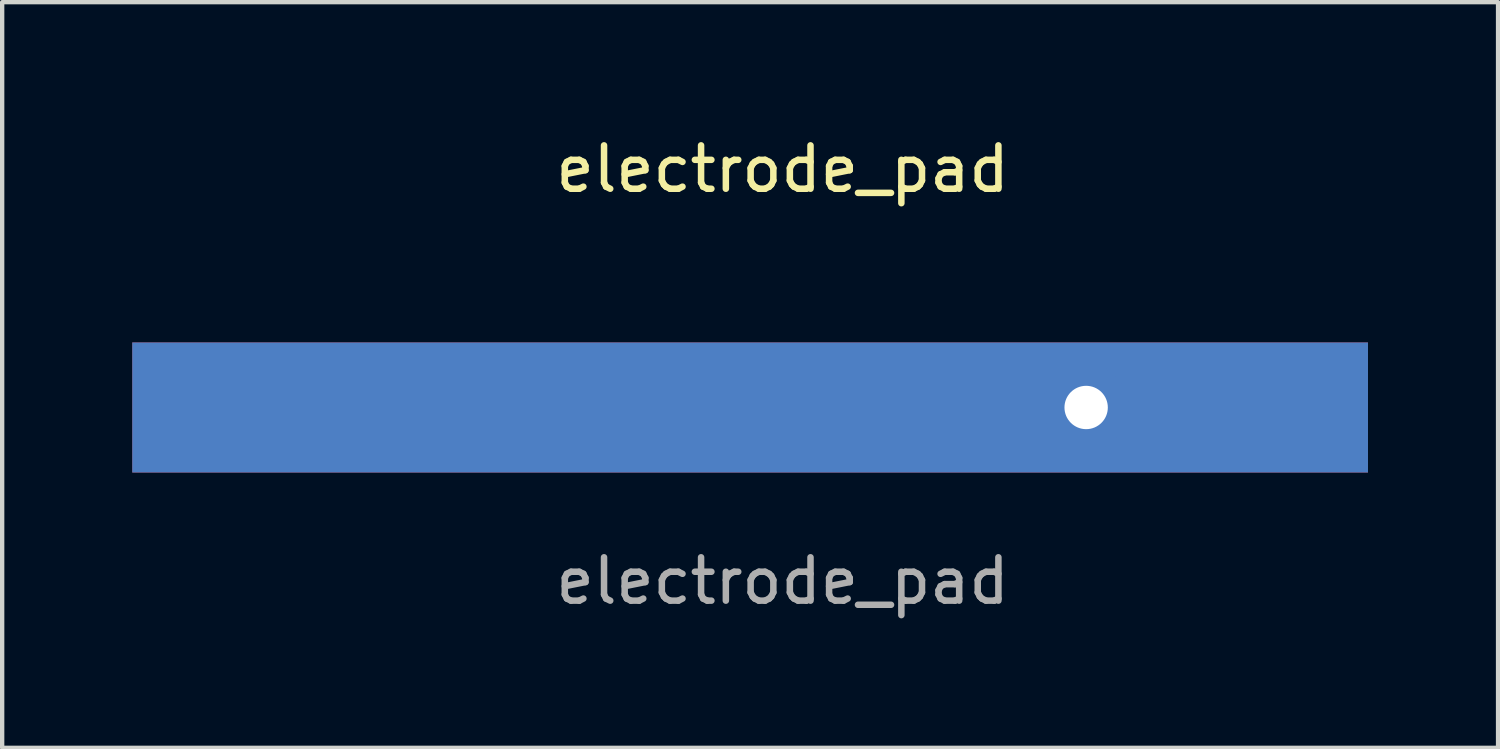
<source format=kicad_pcb>
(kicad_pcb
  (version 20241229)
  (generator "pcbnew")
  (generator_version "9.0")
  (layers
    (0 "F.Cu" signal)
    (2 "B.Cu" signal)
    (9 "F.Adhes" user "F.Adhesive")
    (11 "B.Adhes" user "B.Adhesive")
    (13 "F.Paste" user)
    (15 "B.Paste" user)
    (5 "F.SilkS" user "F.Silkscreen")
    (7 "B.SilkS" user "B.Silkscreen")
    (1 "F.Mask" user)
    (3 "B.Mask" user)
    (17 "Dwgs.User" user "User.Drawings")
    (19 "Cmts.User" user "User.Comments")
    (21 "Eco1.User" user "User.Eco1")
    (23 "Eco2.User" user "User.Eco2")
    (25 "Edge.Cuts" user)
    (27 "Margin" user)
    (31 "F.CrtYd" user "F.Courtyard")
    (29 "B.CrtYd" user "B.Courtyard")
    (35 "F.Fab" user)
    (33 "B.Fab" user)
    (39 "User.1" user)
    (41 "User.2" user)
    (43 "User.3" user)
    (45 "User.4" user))
  (footprint "electrode_pad"
    (layer "F.Cu")
    (at 15 6.348)
    (property "Reference" "electrode_pad" (at 0 -5.5 0) (unlocked yes) (layer "F.SilkS") (effects (font (size 1 1) (thickness 0.15))))
    (attr through_hole)
    (fp_text user "${REFERENCE}" (at 0 4 0) (unlocked yes) (layer "F.Fab") (effects (font (size 1 1) (thickness 0.15))))
    (pad "1" smd rect (at -0.75 0) (size 28.5 3) (layers "F.Cu" "F.Mask"))
    (pad "1" smd rect (at -0.75 0) (size 28.5 3) (layers "B.Cu" "B.Mask"))
    (pad "1" thru_hole circle (at 7 0) (size 2 2) (drill 1) (layers "*.Cu" "*.Mask")))
  (gr_rect
    (start -3 -3)
    (end 31.5 14.197)
    (stroke (width 0.1) (type default))
    (fill no)
    (layer "Edge.Cuts")))
</source>
